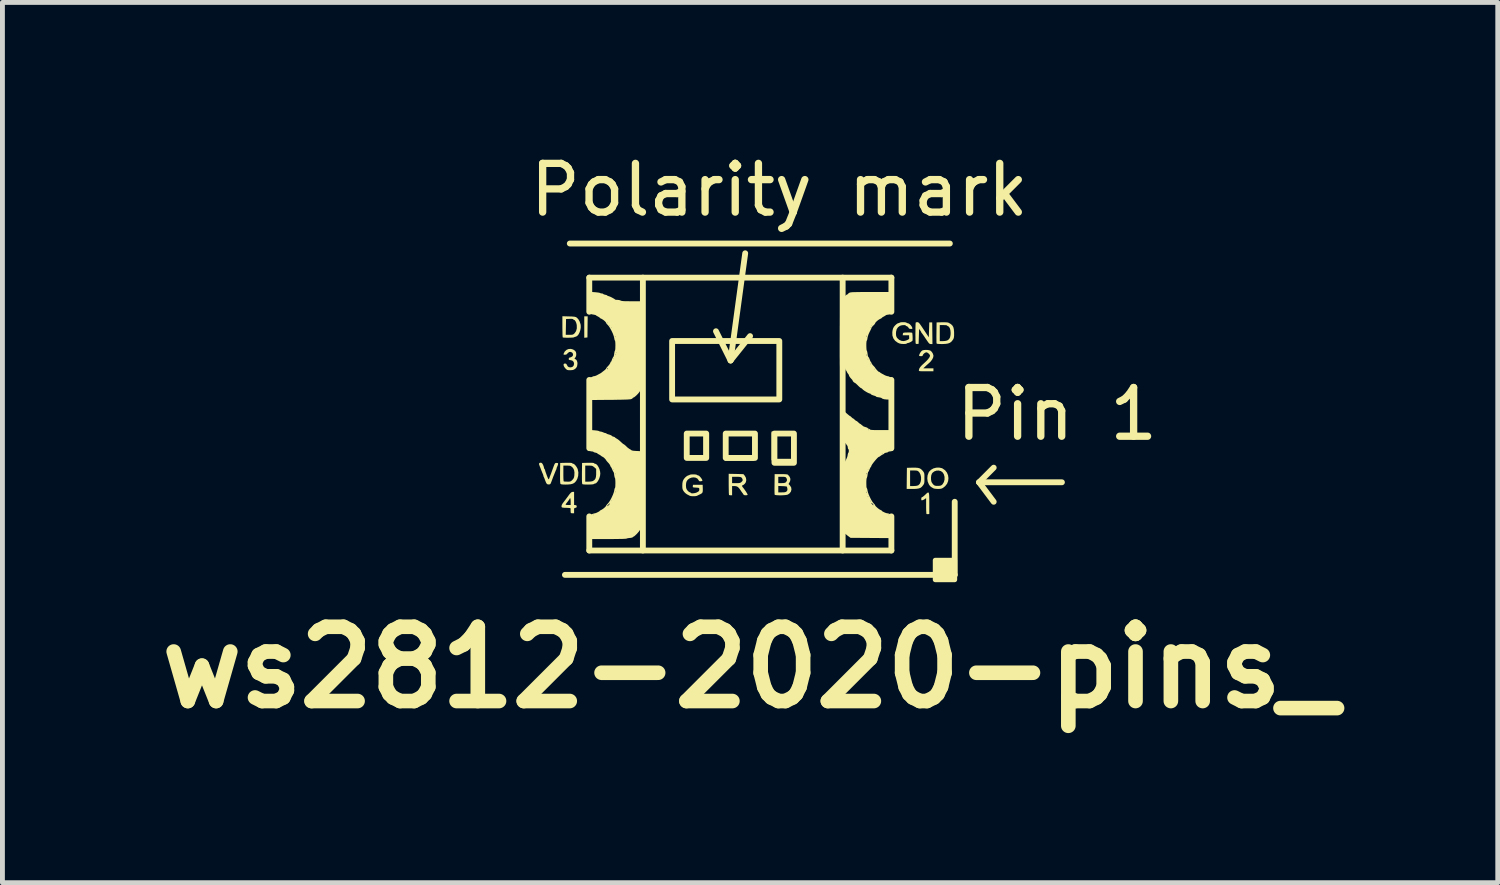
<source format=kicad_pcb>
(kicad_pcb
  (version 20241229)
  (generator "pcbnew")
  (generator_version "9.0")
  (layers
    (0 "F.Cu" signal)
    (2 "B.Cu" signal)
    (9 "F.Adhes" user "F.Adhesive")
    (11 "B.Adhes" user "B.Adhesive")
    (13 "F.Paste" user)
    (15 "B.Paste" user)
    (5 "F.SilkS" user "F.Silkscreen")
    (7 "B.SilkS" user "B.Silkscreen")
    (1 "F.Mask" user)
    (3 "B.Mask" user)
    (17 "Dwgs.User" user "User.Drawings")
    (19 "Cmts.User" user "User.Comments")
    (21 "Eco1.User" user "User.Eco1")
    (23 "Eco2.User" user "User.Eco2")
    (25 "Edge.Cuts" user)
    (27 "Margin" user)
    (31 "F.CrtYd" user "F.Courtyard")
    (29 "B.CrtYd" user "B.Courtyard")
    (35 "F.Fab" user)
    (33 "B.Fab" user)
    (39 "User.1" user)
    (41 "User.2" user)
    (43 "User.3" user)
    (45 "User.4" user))
  (footprint "ws2812-2020-pins_"
    (layer "F.Cu")
    (at 12.544 5.448)
    (property "Reference" "ws2812-2020-pins_" (at -0.2 5.2 0) (layer "F.SilkS") (effects (font (size 1.524 1.524) (thickness 0.3))))
    (attr through_hole)
    (fp_line (start -4 3.3) (end 4 3.3) (stroke (width 0.12) (type solid)) (layer "F.SilkS"))
    (fp_line (start -3.9 -3.5) (end 3.9 -3.5) (stroke (width 0.12) (type solid)) (layer "F.SilkS"))
    (fp_line (start -3.5 -2.8) (end 2.7 -2.8) (stroke (width 0.12) (type solid)) (layer "F.SilkS"))
    (fp_line (start -3.5 -2.1) (end -3.5 -2.8) (stroke (width 0.12) (type solid)) (layer "F.SilkS"))
    (fp_line (start -3.5 0.7) (end -3.5 -0.7) (stroke (width 0.12) (type solid)) (layer "F.SilkS"))
    (fp_line (start -3.5 2.8) (end -3.5 2.1) (stroke (width 0.12) (type solid)) (layer "F.SilkS"))
    (fp_line (start -2.4 -2.8) (end -2.4 2.8) (stroke (width 0.12) (type solid)) (layer "F.SilkS"))
    (fp_line (start -0.6 -1.1) (end -0.9 -1.7) (stroke (width 0.12) (type solid)) (layer "F.SilkS"))
    (fp_line (start -0.6 -1.1) (end -0.2 -1.6) (stroke (width 0.12) (type solid)) (layer "F.SilkS"))
    (fp_line (start -0.3 -3.3) (end -0.6 -1.1) (stroke (width 0.12) (type solid)) (layer "F.SilkS"))
    (fp_line (start 1.7 2.8) (end 1.7 -2.8) (stroke (width 0.12) (type solid)) (layer "F.SilkS"))
    (fp_line (start 2.7 -2.8) (end 2.7 -2.1) (stroke (width 0.12) (type solid)) (layer "F.SilkS"))
    (fp_line (start 2.7 -0.7) (end 2.7 0.7) (stroke (width 0.12) (type solid)) (layer "F.SilkS"))
    (fp_line (start 2.7 2.1) (end 2.7 2.8) (stroke (width 0.12) (type solid)) (layer "F.SilkS"))
    (fp_line (start 2.7 2.8) (end -3.5 2.8) (stroke (width 0.12) (type solid)) (layer "F.SilkS"))
    (fp_line (start 4 3.3) (end 4 1.8) (stroke (width 0.12) (type solid)) (layer "F.SilkS"))
    (fp_line (start 4.5 1.4) (end 4.8 1.1) (stroke (width 0.12) (type solid)) (layer "F.SilkS"))
    (fp_line (start 4.5 1.4) (end 4.8 1.8) (stroke (width 0.12) (type solid)) (layer "F.SilkS"))
    (fp_line (start 6.2 1.4) (end 4.5 1.4) (stroke (width 0.12) (type solid)) (layer "F.SilkS"))
    (fp_rect (start -1.8 -1.5) (end 0.4 -0.3) (stroke (width 0.12) (type solid)) (fill no) (layer "F.SilkS"))
    (fp_rect (start -1.5 0.4) (end -1.1 0.9) (stroke (width 0.12) (type solid)) (fill no) (layer "F.SilkS"))
    (fp_rect (start -0.7 0.4) (end -0.1 0.9) (stroke (width 0.12) (type solid)) (fill no) (layer "F.SilkS"))
    (fp_rect (start 0.3 0.4) (end 0.7 1) (stroke (width 0.12) (type solid)) (fill no) (layer "F.SilkS"))
    (fp_poly (pts (xy 4 3.4) (xy 3.6 3.4) (xy 3.6 3) (xy 4 3)) (stroke (width 0.1) (type solid)) (fill yes) (layer "F.SilkS"))
    (fp_poly (pts (xy -3.538 -1.572) (xy -3.57 -1.569) (xy -3.603 -1.566) (xy -3.603 -2.006) (xy -3.533 -2.006)) (stroke (width 0) (type solid)) (fill yes) (layer "F.SilkS"))
    (fp_poly (pts (xy -0.12 0.958) (xy -0.719 0.958) (xy -0.719 0.399) (xy -0.699 0.399) (xy -0.699 0.938) (xy -0.15 0.938) (xy -0.15 0.399) (xy -0.699 0.399) (xy -0.719 0.399) (xy -0.719 0.379) (xy -0.12 0.379)) (stroke (width 0) (type solid)) (fill yes) (layer "F.SilkS"))
    (fp_poly (pts (xy -1.133 0.394) (xy -1.13 0.661) (xy -1.127 0.928) (xy -1.507 0.928) (xy -1.507 0.419) (xy -1.477 0.419) (xy -1.477 0.908) (xy -1.158 0.908) (xy -1.158 0.419) (xy -1.477 0.419) (xy -1.507 0.419) (xy -1.507 0.389)) (stroke (width 0) (type solid)) (fill yes) (layer "F.SilkS"))
    (fp_poly (pts (xy 0.424 -1.522) (xy 0.424 -0.304) (xy -0.676 -0.302) (xy -1.777 -0.299) (xy -1.777 -0.329) (xy -1.757 -0.329) (xy 0.399 -0.329) (xy 0.399 -1.507) (xy -0.676 -1.505) (xy -1.752 -1.502) (xy -1.757 -0.329) (xy -1.777 -0.329) (xy -1.777 -1.527)) (stroke (width 0) (type solid)) (fill yes) (layer "F.SilkS"))
    (fp_poly (pts (xy 0.696 0.651) (xy 0.694 0.943) (xy 0.467 0.946) (xy 0.24 0.949) (xy 0.24 0.389) (xy 0.269 0.389) (xy 0.269 0.918) (xy 0.669 0.918) (xy 0.669 0.389) (xy 0.269 0.389) (xy 0.24 0.389) (xy 0.24 0.359) (xy 0.699 0.359)) (stroke (width 0) (type solid)) (fill yes) (layer "F.SilkS"))
    (fp_poly (pts (xy -2.433 0.045) (xy -2.43 0.059) (xy -2.427 0.085) (xy -2.426 0.126) (xy -2.425 0.183) (xy -2.425 0.219) (xy -2.425 0.284) (xy -2.426 0.331) (xy -2.428 0.364) (xy -2.43 0.385) (xy -2.434 0.395) (xy -2.439 0.399) (xy -2.44 0.399) (xy -2.446 0.397) (xy -2.45 0.388) (xy -2.452 0.371) (xy -2.454 0.342) (xy -2.454 0.299) (xy -2.453 0.239) (xy -2.453 0.223) (xy -2.451 0.154) (xy -2.449 0.104) (xy -2.446 0.07) (xy -2.443 0.05) (xy -2.438 0.042)) (stroke (width 0) (type solid)) (fill yes) (layer "F.SilkS"))
    (fp_poly (pts (xy 1.664 -0.798) (xy 1.668 -0.779) (xy 1.671 -0.744) (xy 1.673 -0.694) (xy 1.674 -0.625) (xy 1.675 -0.561) (xy 1.675 -0.515) (xy 1.674 -0.483) (xy 1.672 -0.463) (xy 1.668 -0.453) (xy 1.663 -0.449) (xy 1.662 -0.449) (xy 1.656 -0.452) (xy 1.652 -0.46) (xy 1.65 -0.478) (xy 1.648 -0.508) (xy 1.647 -0.552) (xy 1.647 -0.612) (xy 1.647 -0.63) (xy 1.647 -0.696) (xy 1.648 -0.745) (xy 1.65 -0.778) (xy 1.653 -0.798) (xy 1.657 -0.806) (xy 1.659 -0.806)) (stroke (width 0) (type solid)) (fill yes) (layer "F.SilkS"))
    (fp_poly (pts (xy -2.435 -0.387) (xy -2.431 -0.378) (xy -2.428 -0.359) (xy -2.426 -0.329) (xy -2.426 -0.285) (xy -2.425 -0.223) (xy -2.425 -0.205) (xy -2.425 -0.139) (xy -2.426 -0.09) (xy -2.428 -0.057) (xy -2.43 -0.035) (xy -2.434 -0.024) (xy -2.439 -0.02) (xy -2.44 -0.02) (xy -2.446 -0.022) (xy -2.449 -0.032) (xy -2.452 -0.05) (xy -2.454 -0.08) (xy -2.455 -0.125) (xy -2.455 -0.186) (xy -2.455 -0.205) (xy -2.455 -0.271) (xy -2.454 -0.319) (xy -2.453 -0.353) (xy -2.45 -0.374) (xy -2.447 -0.385) (xy -2.442 -0.389) (xy -2.44 -0.389)) (stroke (width 0) (type solid)) (fill yes) (layer "F.SilkS"))
    (fp_poly (pts (xy 3.464 1.613) (xy 3.471 1.63) (xy 3.475 1.661) (xy 3.477 1.708) (xy 3.478 1.772) (xy 3.478 1.832) (xy 3.478 2.051) (xy 3.453 2.054) (xy 3.431 2.054) (xy 3.42 2.05) (xy 3.418 2.038) (xy 3.416 2.009) (xy 3.414 1.968) (xy 3.413 1.918) (xy 3.413 1.884) (xy 3.413 1.725) (xy 3.384 1.746) (xy 3.359 1.76) (xy 3.335 1.769) (xy 3.318 1.769) (xy 3.314 1.764) (xy 3.314 1.727) (xy 3.321 1.709) (xy 3.328 1.707) (xy 3.342 1.7) (xy 3.364 1.683) (xy 3.392 1.658) (xy 3.394 1.656) (xy 3.419 1.632) (xy 3.439 1.615) (xy 3.454 1.609)) (stroke (width 0) (type solid)) (fill yes) (layer "F.SilkS"))
    (fp_poly (pts (xy 3.245 -1.885) (xy 3.256 -1.879) (xy 3.269 -1.868) (xy 3.286 -1.847) (xy 3.308 -1.816) (xy 3.338 -1.772) (xy 3.365 -1.731) (xy 3.468 -1.576) (xy 3.478 -1.881) (xy 3.538 -1.881) (xy 3.543 -1.437) (xy 3.51 -1.437) (xy 3.496 -1.438) (xy 3.484 -1.443) (xy 3.471 -1.454) (xy 3.454 -1.475) (xy 3.432 -1.507) (xy 3.403 -1.549) (xy 3.375 -1.591) (xy 3.351 -1.626) (xy 3.332 -1.652) (xy 3.322 -1.664) (xy 3.321 -1.665) (xy 3.314 -1.676) (xy 3.313 -1.678) (xy 3.308 -1.692) (xy 3.294 -1.713) (xy 3.291 -1.718) (xy 3.269 -1.748) (xy 3.259 -1.442) (xy 3.232 -1.439) (xy 3.21 -1.44) (xy 3.199 -1.447) (xy 3.197 -1.459) (xy 3.196 -1.489) (xy 3.194 -1.53) (xy 3.194 -1.581) (xy 3.193 -1.637) (xy 3.194 -1.695) (xy 3.194 -1.75) (xy 3.195 -1.8) (xy 3.196 -1.84) (xy 3.198 -1.867) (xy 3.199 -1.878) (xy 3.212 -1.884) (xy 3.234 -1.886)) (stroke (width 0) (type solid)) (fill yes) (layer "F.SilkS"))
    (fp_poly (pts (xy 3.243 1.104) (xy 3.279 1.113) (xy 3.307 1.129) (xy 3.333 1.154) (xy 3.348 1.171) (xy 3.361 1.189) (xy 3.37 1.205) (xy 3.375 1.224) (xy 3.378 1.251) (xy 3.378 1.29) (xy 3.378 1.316) (xy 3.378 1.364) (xy 3.377 1.397) (xy 3.373 1.42) (xy 3.366 1.438) (xy 3.354 1.456) (xy 3.348 1.464) (xy 3.325 1.492) (xy 3.299 1.513) (xy 3.266 1.526) (xy 3.222 1.533) (xy 3.165 1.537) (xy 3.128 1.537) (xy 3.014 1.537) (xy 3.016 1.32) (xy 3.018 1.158) (xy 3.084 1.158) (xy 3.084 1.477) (xy 3.155 1.477) (xy 3.207 1.474) (xy 3.244 1.465) (xy 3.254 1.46) (xy 3.282 1.433) (xy 3.3 1.393) (xy 3.309 1.345) (xy 3.309 1.294) (xy 3.298 1.245) (xy 3.278 1.203) (xy 3.264 1.186) (xy 3.247 1.171) (xy 3.231 1.163) (xy 3.208 1.159) (xy 3.174 1.158) (xy 3.16 1.158) (xy 3.084 1.158) (xy 3.018 1.158) (xy 3.019 1.103) (xy 3.134 1.1) (xy 3.196 1.1)) (stroke (width 0) (type solid)) (fill yes) (layer "F.SilkS"))
    (fp_poly (pts (xy 3.848 -1.881) (xy 3.872 -1.875) (xy 3.918 -1.848) (xy 3.95 -1.82) (xy 3.971 -1.785) (xy 3.982 -1.741) (xy 3.987 -1.682) (xy 3.987 -1.657) (xy 3.987 -1.611) (xy 3.984 -1.579) (xy 3.979 -1.556) (xy 3.97 -1.536) (xy 3.961 -1.522) (xy 3.934 -1.488) (xy 3.902 -1.463) (xy 3.861 -1.448) (xy 3.809 -1.44) (xy 3.741 -1.437) (xy 3.688 -1.438) (xy 3.653 -1.44) (xy 3.634 -1.445) (xy 3.627 -1.45) (xy 3.626 -1.463) (xy 3.625 -1.494) (xy 3.625 -1.537) (xy 3.624 -1.592) (xy 3.625 -1.653) (xy 3.625 -1.672) (xy 3.627 -1.826) (xy 3.693 -1.826) (xy 3.693 -1.497) (xy 3.756 -1.497) (xy 3.801 -1.5) (xy 3.839 -1.508) (xy 3.851 -1.513) (xy 3.883 -1.537) (xy 3.904 -1.573) (xy 3.914 -1.623) (xy 3.916 -1.662) (xy 3.912 -1.717) (xy 3.9 -1.761) (xy 3.881 -1.792) (xy 3.862 -1.804) (xy 3.846 -1.812) (xy 3.842 -1.818) (xy 3.833 -1.822) (xy 3.809 -1.825) (xy 3.775 -1.826) (xy 3.768 -1.826) (xy 3.693 -1.826) (xy 3.627 -1.826) (xy 3.628 -1.881) (xy 3.738 -1.884) (xy 3.802 -1.884)) (stroke (width 0) (type solid)) (fill yes) (layer "F.SilkS"))
    (fp_poly (pts (xy 3.451 -1.315) (xy 3.488 -1.307) (xy 3.503 -1.301) (xy 3.53 -1.275) (xy 3.552 -1.239) (xy 3.563 -1.2) (xy 3.563 -1.193) (xy 3.556 -1.158) (xy 3.536 -1.119) (xy 3.508 -1.081) (xy 3.485 -1.058) (xy 3.457 -1.033) (xy 3.423 -1.003) (xy 3.401 -0.982) (xy 3.354 -0.938) (xy 3.563 -0.938) (xy 3.563 -0.878) (xy 3.413 -0.878) (xy 3.356 -0.878) (xy 3.315 -0.879) (xy 3.289 -0.88) (xy 3.274 -0.883) (xy 3.266 -0.888) (xy 3.264 -0.895) (xy 3.264 -0.901) (xy 3.272 -0.932) (xy 3.293 -0.966) (xy 3.33 -1.007) (xy 3.37 -1.043) (xy 3.416 -1.086) (xy 3.454 -1.127) (xy 3.48 -1.163) (xy 3.492 -1.191) (xy 3.493 -1.198) (xy 3.485 -1.219) (xy 3.465 -1.242) (xy 3.441 -1.26) (xy 3.418 -1.268) (xy 3.418 -1.268) (xy 3.396 -1.261) (xy 3.371 -1.244) (xy 3.351 -1.222) (xy 3.343 -1.203) (xy 3.336 -1.192) (xy 3.313 -1.188) (xy 3.309 -1.188) (xy 3.285 -1.19) (xy 3.27 -1.195) (xy 3.269 -1.196) (xy 3.27 -1.212) (xy 3.28 -1.236) (xy 3.296 -1.264) (xy 3.314 -1.288) (xy 3.332 -1.304) (xy 3.333 -1.305) (xy 3.365 -1.314) (xy 3.407 -1.317)) (stroke (width 0) (type solid)) (fill yes) (layer "F.SilkS"))
    (fp_poly (pts (xy -3.428 1.001) (xy -3.407 1.005) (xy -3.403 1.008) (xy -3.395 1.016) (xy -3.385 1.018) (xy -3.359 1.027) (xy -3.333 1.052) (xy -3.31 1.089) (xy -3.29 1.133) (xy -3.278 1.181) (xy -3.274 1.223) (xy -3.279 1.266) (xy -3.292 1.312) (xy -3.311 1.355) (xy -3.334 1.391) (xy -3.359 1.417) (xy -3.383 1.427) (xy -3.385 1.427) (xy -3.403 1.432) (xy -3.408 1.437) (xy -3.42 1.441) (xy -3.447 1.444) (xy -3.484 1.446) (xy -3.526 1.447) (xy -3.567 1.446) (xy -3.604 1.445) (xy -3.63 1.442) (xy -3.641 1.439) (xy -3.645 1.431) (xy -3.648 1.414) (xy -3.65 1.384) (xy -3.651 1.341) (xy -3.651 1.281) (xy -3.651 1.217) (xy -3.649 1.058) (xy -3.583 1.058) (xy -3.583 1.387) (xy -3.518 1.387) (xy -3.476 1.385) (xy -3.44 1.379) (xy -3.424 1.373) (xy -3.395 1.353) (xy -3.375 1.327) (xy -3.364 1.292) (xy -3.359 1.242) (xy -3.359 1.214) (xy -3.359 1.125) (xy -3.398 1.091) (xy -3.42 1.074) (xy -3.439 1.064) (xy -3.462 1.059) (xy -3.496 1.058) (xy -3.51 1.058) (xy -3.583 1.058) (xy -3.649 1.058) (xy -3.648 1.003) (xy -3.526 1) (xy -3.468 1)) (stroke (width 0) (type solid)) (fill yes) (layer "F.SilkS"))
    (fp_poly (pts (xy 3.736 1.11) (xy 3.752 1.118) (xy 3.803 1.154) (xy 3.84 1.201) (xy 3.863 1.256) (xy 3.871 1.315) (xy 3.865 1.374) (xy 3.843 1.43) (xy 3.805 1.478) (xy 3.801 1.482) (xy 3.773 1.505) (xy 3.747 1.522) (xy 3.736 1.527) (xy 3.707 1.534) (xy 3.666 1.537) (xy 3.624 1.535) (xy 3.586 1.531) (xy 3.563 1.524) (xy 3.524 1.502) (xy 3.498 1.482) (xy 3.479 1.458) (xy 3.469 1.442) (xy 3.445 1.385) (xy 3.437 1.321) (xy 3.439 1.299) (xy 3.513 1.299) (xy 3.514 1.345) (xy 3.521 1.385) (xy 3.531 1.408) (xy 3.557 1.443) (xy 3.582 1.464) (xy 3.612 1.473) (xy 3.653 1.474) (xy 3.665 1.474) (xy 3.7 1.471) (xy 3.723 1.463) (xy 3.742 1.449) (xy 3.752 1.438) (xy 3.778 1.395) (xy 3.791 1.343) (xy 3.791 1.289) (xy 3.777 1.237) (xy 3.753 1.198) (xy 3.717 1.171) (xy 3.673 1.159) (xy 3.626 1.161) (xy 3.582 1.176) (xy 3.545 1.204) (xy 3.532 1.222) (xy 3.519 1.255) (xy 3.513 1.299) (xy 3.439 1.299) (xy 3.443 1.258) (xy 3.464 1.2) (xy 3.474 1.183) (xy 3.513 1.144) (xy 3.563 1.115) (xy 3.621 1.1) (xy 3.68 1.098)) (stroke (width 0) (type solid)) (fill yes) (layer "F.SilkS"))
    (fp_poly (pts (xy -3.92 -2.004) (xy -3.865 -2.003) (xy -3.826 -2) (xy -3.799 -1.997) (xy -3.779 -1.992) (xy -3.764 -1.984) (xy -3.755 -1.978) (xy -3.724 -1.945) (xy -3.698 -1.899) (xy -3.68 -1.845) (xy -3.676 -1.823) (xy -3.675 -1.773) (xy -3.684 -1.723) (xy -3.7 -1.675) (xy -3.721 -1.634) (xy -3.747 -1.604) (xy -3.775 -1.588) (xy -3.784 -1.587) (xy -3.803 -1.582) (xy -3.808 -1.577) (xy -3.819 -1.573) (xy -3.846 -1.57) (xy -3.883 -1.568) (xy -3.925 -1.567) (xy -3.967 -1.567) (xy -4.004 -1.568) (xy -4.032 -1.57) (xy -4.045 -1.574) (xy -4.045 -1.574) (xy -4.047 -1.585) (xy -4.049 -1.614) (xy -4.05 -1.627) (xy -3.983 -1.627) (xy -3.908 -1.627) (xy -3.869 -1.627) (xy -3.844 -1.63) (xy -3.826 -1.637) (xy -3.809 -1.651) (xy -3.799 -1.661) (xy -3.771 -1.703) (xy -3.756 -1.758) (xy -3.757 -1.823) (xy -3.759 -1.838) (xy -3.769 -1.875) (xy -3.784 -1.907) (xy -3.802 -1.929) (xy -3.818 -1.936) (xy -3.831 -1.942) (xy -3.832 -1.947) (xy -3.842 -1.952) (xy -3.869 -1.955) (xy -3.905 -1.954) (xy -3.977 -1.951) (xy -3.98 -1.789) (xy -3.983 -1.627) (xy -4.05 -1.627) (xy -4.05 -1.656) (xy -4.051 -1.709) (xy -4.052 -1.771) (xy -4.052 -1.794) (xy -4.052 -2.008)) (stroke (width 0) (type solid)) (fill yes) (layer "F.SilkS"))
    (fp_poly (pts (xy -3.878 1.001) (xy -3.856 1.005) (xy -3.852 1.008) (xy -3.844 1.016) (xy -3.833 1.018) (xy -3.813 1.026) (xy -3.789 1.048) (xy -3.765 1.079) (xy -3.745 1.113) (xy -3.737 1.133) (xy -3.724 1.199) (xy -3.728 1.269) (xy -3.746 1.33) (xy -3.77 1.373) (xy -3.798 1.405) (xy -3.833 1.427) (xy -3.879 1.44) (xy -3.94 1.446) (xy -3.983 1.447) (xy -4.034 1.446) (xy -4.067 1.443) (xy -4.086 1.437) (xy -4.091 1.433) (xy -4.095 1.42) (xy -4.098 1.391) (xy -4.1 1.344) (xy -4.1 1.28) (xy -4.1 1.211) (xy -4.098 1.058) (xy -4.032 1.058) (xy -4.032 1.216) (xy -4.032 1.27) (xy -4.031 1.317) (xy -4.029 1.354) (xy -4.027 1.376) (xy -4.025 1.381) (xy -4.013 1.384) (xy -3.986 1.386) (xy -3.951 1.387) (xy -3.914 1.387) (xy -3.89 1.383) (xy -3.872 1.374) (xy -3.853 1.357) (xy -3.849 1.353) (xy -3.826 1.326) (xy -3.813 1.297) (xy -3.807 1.264) (xy -3.804 1.199) (xy -3.812 1.149) (xy -3.833 1.108) (xy -3.85 1.09) (xy -3.869 1.074) (xy -3.887 1.064) (xy -3.91 1.059) (xy -3.943 1.058) (xy -3.958 1.058) (xy -4.032 1.058) (xy -4.098 1.058) (xy -4.097 1.003) (xy -3.975 1) (xy -3.917 1)) (stroke (width 0) (type solid)) (fill yes) (layer "F.SilkS"))
    (fp_poly (pts (xy -3.812 1.865) (xy -3.785 1.868) (xy -3.764 1.875) (xy -3.758 1.891) (xy -3.758 1.896) (xy -3.762 1.915) (xy -3.779 1.924) (xy -3.785 1.924) (xy -3.801 1.928) (xy -3.809 1.936) (xy -3.812 1.954) (xy -3.812 1.982) (xy -3.812 2.036) (xy -3.847 2.036) (xy -3.871 2.034) (xy -3.881 2.025) (xy -3.883 2.004) (xy -3.883 2.004) (xy -3.884 1.973) (xy -3.883 1.949) (xy -3.883 1.939) (xy -3.888 1.932) (xy -3.902 1.928) (xy -3.929 1.926) (xy -3.971 1.924) (xy -3.974 1.924) (xy -4.017 1.923) (xy -4.045 1.92) (xy -4.06 1.916) (xy -4.067 1.909) (xy -4.07 1.898) (xy -4.07 1.894) (xy -4.066 1.869) (xy -4.062 1.861) (xy -3.984 1.861) (xy -3.97 1.865) (xy -3.938 1.866) (xy -3.882 1.866) (xy -3.882 1.796) (xy -3.884 1.761) (xy -3.887 1.736) (xy -3.892 1.727) (xy -3.892 1.727) (xy -3.902 1.733) (xy -3.902 1.735) (xy -3.908 1.748) (xy -3.925 1.773) (xy -3.951 1.807) (xy -3.97 1.831) (xy -3.984 1.85) (xy -3.984 1.861) (xy -4.062 1.861) (xy -4.049 1.837) (xy -4.035 1.818) (xy -4.012 1.788) (xy -3.982 1.748) (xy -3.95 1.705) (xy -3.933 1.682) (xy -3.904 1.643) (xy -3.882 1.618) (xy -3.865 1.604) (xy -3.851 1.598) (xy -3.841 1.597) (xy -3.812 1.597)) (stroke (width 0) (type solid)) (fill yes) (layer "F.SilkS"))
    (fp_poly (pts (xy -0.488 1.229) (xy -0.337 1.233) (xy -0.308 1.267) (xy -0.285 1.309) (xy -0.278 1.354) (xy -0.287 1.398) (xy -0.306 1.427) (xy -0.326 1.446) (xy -0.342 1.457) (xy -0.345 1.457) (xy -0.362 1.464) (xy -0.364 1.48) (xy -0.352 1.5) (xy -0.334 1.522) (xy -0.312 1.552) (xy -0.289 1.585) (xy -0.269 1.617) (xy -0.255 1.642) (xy -0.25 1.655) (xy -0.25 1.655) (xy -0.258 1.663) (xy -0.282 1.667) (xy -0.289 1.667) (xy -0.318 1.664) (xy -0.335 1.653) (xy -0.34 1.644) (xy -0.352 1.625) (xy -0.358 1.617) (xy -0.367 1.606) (xy -0.382 1.584) (xy -0.393 1.567) (xy -0.424 1.524) (xy -0.451 1.496) (xy -0.481 1.482) (xy -0.516 1.477) (xy -0.521 1.477) (xy -0.569 1.477) (xy -0.569 1.667) (xy -0.597 1.667) (xy -0.62 1.665) (xy -0.632 1.66) (xy -0.634 1.649) (xy -0.636 1.62) (xy -0.637 1.578) (xy -0.638 1.524) (xy -0.639 1.463) (xy -0.639 1.44) (xy -0.639 1.417) (xy -0.569 1.417) (xy -0.486 1.417) (xy -0.443 1.417) (xy -0.415 1.414) (xy -0.397 1.408) (xy -0.381 1.398) (xy -0.376 1.393) (xy -0.356 1.371) (xy -0.351 1.352) (xy -0.359 1.328) (xy -0.361 1.324) (xy -0.371 1.308) (xy -0.384 1.297) (xy -0.403 1.291) (xy -0.434 1.288) (xy -0.48 1.288) (xy -0.482 1.288) (xy -0.569 1.287) (xy -0.569 1.417) (xy -0.639 1.417) (xy -0.639 1.226)) (stroke (width 0) (type solid)) (fill yes) (layer "F.SilkS"))
    (fp_poly (pts (xy -3.831 -1.325) (xy -3.788 -1.294) (xy -3.787 -1.293) (xy -3.773 -1.268) (xy -3.767 -1.233) (xy -3.77 -1.197) (xy -3.781 -1.169) (xy -3.785 -1.164) (xy -3.8 -1.144) (xy -3.8 -1.131) (xy -3.791 -1.128) (xy -3.771 -1.119) (xy -3.754 -1.094) (xy -3.744 -1.058) (xy -3.743 -1.033) (xy -3.75 -0.982) (xy -3.772 -0.943) (xy -3.812 -0.914) (xy -3.813 -0.913) (xy -3.842 -0.904) (xy -3.881 -0.9) (xy -3.92 -0.9) (xy -3.951 -0.905) (xy -3.952 -0.906) (xy -3.975 -0.921) (xy -3.999 -0.947) (xy -4.018 -0.976) (xy -4.023 -0.986) (xy -4.029 -1.016) (xy -4.019 -1.033) (xy -3.997 -1.038) (xy -3.976 -1.033) (xy -3.962 -1.015) (xy -3.957 -1.004) (xy -3.94 -0.976) (xy -3.917 -0.962) (xy -3.883 -0.958) (xy -3.848 -0.967) (xy -3.823 -0.991) (xy -3.813 -1.026) (xy -3.812 -1.033) (xy -3.821 -1.07) (xy -3.845 -1.095) (xy -3.881 -1.107) (xy -3.89 -1.107) (xy -3.912 -1.11) (xy -3.921 -1.12) (xy -3.922 -1.133) (xy -3.917 -1.153) (xy -3.907 -1.158) (xy -3.884 -1.164) (xy -3.858 -1.177) (xy -3.84 -1.193) (xy -3.833 -1.217) (xy -3.839 -1.245) (xy -3.851 -1.261) (xy -3.88 -1.276) (xy -3.912 -1.274) (xy -3.94 -1.253) (xy -3.944 -1.248) (xy -3.966 -1.225) (xy -3.992 -1.218) (xy -4 -1.218) (xy -4.022 -1.219) (xy -4.029 -1.226) (xy -4.026 -1.24) (xy -4.003 -1.285) (xy -3.968 -1.317) (xy -3.925 -1.335) (xy -3.878 -1.338)) (stroke (width 0) (type solid)) (fill yes) (layer "F.SilkS"))
    (fp_poly (pts (xy 0.492 1.233) (xy 0.532 1.235) (xy 0.558 1.238) (xy 0.574 1.243) (xy 0.58 1.248) (xy 0.614 1.291) (xy 0.628 1.332) (xy 0.622 1.374) (xy 0.609 1.402) (xy 0.589 1.435) (xy 0.619 1.467) (xy 0.643 1.505) (xy 0.649 1.547) (xy 0.639 1.589) (xy 0.613 1.625) (xy 0.577 1.651) (xy 0.554 1.658) (xy 0.519 1.663) (xy 0.476 1.666) (xy 0.43 1.668) (xy 0.386 1.667) (xy 0.347 1.665) (xy 0.318 1.661) (xy 0.304 1.655) (xy 0.304 1.654) (xy 0.303 1.641) (xy 0.302 1.61) (xy 0.302 1.607) (xy 0.379 1.607) (xy 0.454 1.607) (xy 0.495 1.606) (xy 0.521 1.602) (xy 0.539 1.595) (xy 0.55 1.586) (xy 0.565 1.565) (xy 0.567 1.538) (xy 0.565 1.53) (xy 0.56 1.505) (xy 0.554 1.489) (xy 0.554 1.488) (xy 0.541 1.485) (xy 0.514 1.482) (xy 0.477 1.479) (xy 0.463 1.479) (xy 0.379 1.475) (xy 0.379 1.607) (xy 0.302 1.607) (xy 0.301 1.566) (xy 0.301 1.512) (xy 0.302 1.451) (xy 0.302 1.437) (xy 0.304 1.287) (xy 0.379 1.287) (xy 0.379 1.417) (xy 0.447 1.417) (xy 0.487 1.416) (xy 0.513 1.411) (xy 0.532 1.402) (xy 0.537 1.397) (xy 0.556 1.368) (xy 0.556 1.335) (xy 0.543 1.31) (xy 0.533 1.298) (xy 0.518 1.291) (xy 0.495 1.288) (xy 0.456 1.287) (xy 0.454 1.287) (xy 0.379 1.287) (xy 0.304 1.287) (xy 0.304 1.233) (xy 0.435 1.233)) (stroke (width 0) (type solid)) (fill yes) (layer "F.SilkS"))
    (fp_poly (pts (xy -4.48 1.001) (xy -4.465 1.015) (xy -4.451 1.038) (xy -4.439 1.067) (xy -4.432 1.091) (xy -4.431 1.097) (xy -4.427 1.116) (xy -4.422 1.122) (xy -4.413 1.135) (xy -4.408 1.15) (xy -4.4 1.181) (xy -4.387 1.217) (xy -4.373 1.256) (xy -4.359 1.292) (xy -4.347 1.32) (xy -4.338 1.336) (xy -4.335 1.338) (xy -4.326 1.329) (xy -4.318 1.31) (xy -4.309 1.282) (xy -4.301 1.263) (xy -4.293 1.242) (xy -4.281 1.211) (xy -4.273 1.188) (xy -4.25 1.125) (xy -4.233 1.078) (xy -4.22 1.045) (xy -4.21 1.023) (xy -4.201 1.011) (xy -4.192 1.005) (xy -4.181 1.003) (xy -4.171 1.003) (xy -4.148 1.005) (xy -4.14 1.013) (xy -4.14 1.026) (xy -4.147 1.051) (xy -4.157 1.075) (xy -4.168 1.099) (xy -4.172 1.115) (xy -4.176 1.134) (xy -4.181 1.145) (xy -4.19 1.163) (xy -4.202 1.193) (xy -4.217 1.23) (xy -4.22 1.238) (xy -4.239 1.284) (xy -4.251 1.317) (xy -4.26 1.341) (xy -4.267 1.36) (xy -4.274 1.379) (xy -4.281 1.397) (xy -4.292 1.425) (xy -4.305 1.439) (xy -4.324 1.445) (xy -4.327 1.445) (xy -4.359 1.441) (xy -4.373 1.43) (xy -4.385 1.411) (xy -4.398 1.38) (xy -4.407 1.357) (xy -4.418 1.326) (xy -4.428 1.302) (xy -4.433 1.293) (xy -4.441 1.275) (xy -4.441 1.268) (xy -4.446 1.248) (xy -4.454 1.228) (xy -4.465 1.203) (xy -4.478 1.17) (xy -4.485 1.153) (xy -4.498 1.117) (xy -4.512 1.083) (xy -4.517 1.071) (xy -4.53 1.034) (xy -4.53 1.011) (xy -4.515 1) (xy -4.501 0.998)) (stroke (width 0) (type solid)) (fill yes) (layer "F.SilkS"))
    (fp_poly (pts (xy 2.973 -1.885) (xy 2.998 -1.881) (xy 3.009 -1.876) (xy 3.023 -1.867) (xy 3.031 -1.866) (xy 3.055 -1.859) (xy 3.083 -1.839) (xy 3.107 -1.812) (xy 3.118 -1.795) (xy 3.13 -1.767) (xy 3.131 -1.753) (xy 3.118 -1.747) (xy 3.099 -1.747) (xy 3.072 -1.75) (xy 3.057 -1.763) (xy 3.052 -1.772) (xy 3.035 -1.793) (xy 3.017 -1.803) (xy 2.999 -1.81) (xy 2.994 -1.818) (xy 2.985 -1.824) (xy 2.963 -1.826) (xy 2.934 -1.825) (xy 2.904 -1.82) (xy 2.879 -1.812) (xy 2.877 -1.812) (xy 2.836 -1.782) (xy 2.809 -1.742) (xy 2.796 -1.688) (xy 2.794 -1.655) (xy 2.796 -1.616) (xy 2.803 -1.589) (xy 2.816 -1.565) (xy 2.819 -1.561) (xy 2.86 -1.523) (xy 2.91 -1.502) (xy 2.948 -1.498) (xy 2.975 -1.502) (xy 3.006 -1.511) (xy 3.035 -1.524) (xy 3.057 -1.537) (xy 3.066 -1.548) (xy 3.066 -1.549) (xy 3.065 -1.564) (xy 3.064 -1.587) (xy 3.064 -1.617) (xy 2.933 -1.617) (xy 2.936 -1.644) (xy 2.938 -1.657) (xy 2.944 -1.666) (xy 2.956 -1.67) (xy 2.981 -1.673) (xy 3.02 -1.674) (xy 3.028 -1.675) (xy 3.069 -1.675) (xy 3.102 -1.673) (xy 3.122 -1.67) (xy 3.126 -1.669) (xy 3.13 -1.656) (xy 3.133 -1.628) (xy 3.135 -1.592) (xy 3.136 -1.553) (xy 3.135 -1.517) (xy 3.135 -1.511) (xy 3.126 -1.499) (xy 3.104 -1.484) (xy 3.077 -1.47) (xy 3.05 -1.46) (xy 3.034 -1.457) (xy 3.018 -1.453) (xy 3.014 -1.447) (xy 3.005 -1.442) (xy 2.98 -1.439) (xy 2.947 -1.438) (xy 2.9 -1.441) (xy 2.863 -1.45) (xy 2.83 -1.465) (xy 2.777 -1.504) (xy 2.741 -1.553) (xy 2.721 -1.612) (xy 2.719 -1.681) (xy 2.725 -1.722) (xy 2.736 -1.761) (xy 2.753 -1.792) (xy 2.78 -1.823) (xy 2.806 -1.846) (xy 2.83 -1.862) (xy 2.844 -1.866) (xy 2.863 -1.871) (xy 2.869 -1.876) (xy 2.882 -1.881) (xy 2.908 -1.885) (xy 2.939 -1.886)) (stroke (width 0) (type solid)) (fill yes) (layer "F.SilkS"))
    (fp_poly (pts (xy -1.332 1.239) (xy -1.305 1.242) (xy -1.293 1.247) (xy -1.292 1.248) (xy -1.278 1.256) (xy -1.269 1.258) (xy -1.25 1.265) (xy -1.228 1.285) (xy -1.205 1.312) (xy -1.187 1.34) (xy -1.178 1.363) (xy -1.178 1.366) (xy -1.186 1.373) (xy -1.208 1.379) (xy -1.211 1.379) (xy -1.236 1.379) (xy -1.25 1.369) (xy -1.257 1.356) (xy -1.28 1.325) (xy -1.315 1.306) (xy -1.356 1.299) (xy -1.4 1.304) (xy -1.442 1.32) (xy -1.478 1.346) (xy -1.501 1.378) (xy -1.512 1.414) (xy -1.516 1.459) (xy -1.514 1.503) (xy -1.505 1.538) (xy -1.503 1.541) (xy -1.485 1.568) (xy -1.461 1.592) (xy -1.439 1.605) (xy -1.431 1.607) (xy -1.418 1.613) (xy -1.417 1.617) (xy -1.409 1.624) (xy -1.386 1.627) (xy -1.356 1.625) (xy -1.323 1.619) (xy -1.294 1.609) (xy -1.291 1.607) (xy -1.261 1.59) (xy -1.246 1.573) (xy -1.242 1.549) (xy -1.242 1.537) (xy -1.245 1.524) (xy -1.252 1.516) (xy -1.269 1.512) (xy -1.301 1.51) (xy -1.311 1.509) (xy -1.347 1.507) (xy -1.367 1.504) (xy -1.375 1.498) (xy -1.376 1.486) (xy -1.375 1.479) (xy -1.372 1.452) (xy -1.173 1.452) (xy -1.171 1.517) (xy -1.17 1.564) (xy -1.173 1.595) (xy -1.181 1.616) (xy -1.197 1.631) (xy -1.222 1.645) (xy -1.225 1.646) (xy -1.256 1.661) (xy -1.281 1.673) (xy -1.29 1.678) (xy -1.311 1.683) (xy -1.344 1.686) (xy -1.381 1.686) (xy -1.414 1.683) (xy -1.436 1.678) (xy -1.437 1.677) (xy -1.455 1.668) (xy -1.482 1.654) (xy -1.492 1.649) (xy -1.522 1.628) (xy -1.552 1.599) (xy -1.561 1.586) (xy -1.577 1.561) (xy -1.586 1.538) (xy -1.59 1.51) (xy -1.591 1.469) (xy -1.591 1.468) (xy -1.589 1.42) (xy -1.583 1.385) (xy -1.571 1.354) (xy -1.57 1.352) (xy -1.549 1.321) (xy -1.522 1.292) (xy -1.493 1.27) (xy -1.469 1.258) (xy -1.463 1.258) (xy -1.446 1.252) (xy -1.442 1.248) (xy -1.43 1.243) (xy -1.403 1.239) (xy -1.368 1.238) (xy -1.367 1.238)) (stroke (width 0) (type solid)) (fill yes) (layer "F.SilkS"))
    (fp_poly (pts (xy 2.735 -2.445) (xy 2.735 -2.348) (xy 2.734 -2.269) (xy 2.734 -2.207) (xy 2.733 -2.159) (xy 2.732 -2.123) (xy 2.731 -2.098) (xy 2.729 -2.081) (xy 2.726 -2.072) (xy 2.722 -2.067) (xy 2.717 -2.066) (xy 2.715 -2.066) (xy 2.698 -2.062) (xy 2.695 -2.057) (xy 2.686 -2.051) (xy 2.662 -2.045) (xy 2.64 -2.041) (xy 2.61 -2.037) (xy 2.59 -2.031) (xy 2.585 -2.028) (xy 2.577 -2.02) (xy 2.556 -2.008) (xy 2.545 -2.002) (xy 2.521 -1.989) (xy 2.507 -1.978) (xy 2.505 -1.976) (xy 2.497 -1.967) (xy 2.488 -1.962) (xy 2.457 -1.947) (xy 2.425 -1.926) (xy 2.396 -1.901) (xy 2.374 -1.878) (xy 2.366 -1.86) (xy 2.366 -1.86) (xy 2.358 -1.847) (xy 2.341 -1.827) (xy 2.33 -1.818) (xy 2.31 -1.797) (xy 2.297 -1.781) (xy 2.295 -1.777) (xy 2.291 -1.764) (xy 2.279 -1.738) (xy 2.263 -1.704) (xy 2.256 -1.692) (xy 2.23 -1.635) (xy 2.214 -1.583) (xy 2.21 -1.562) (xy 2.205 -1.532) (xy 2.199 -1.512) (xy 2.195 -1.507) (xy 2.191 -1.498) (xy 2.188 -1.474) (xy 2.186 -1.44) (xy 2.186 -1.402) (xy 2.187 -1.364) (xy 2.189 -1.331) (xy 2.192 -1.309) (xy 2.195 -1.303) (xy 2.201 -1.291) (xy 2.207 -1.265) (xy 2.211 -1.238) (xy 2.215 -1.206) (xy 2.22 -1.184) (xy 2.224 -1.178) (xy 2.232 -1.169) (xy 2.243 -1.149) (xy 2.254 -1.124) (xy 2.263 -1.101) (xy 2.266 -1.088) (xy 2.272 -1.078) (xy 2.274 -1.078) (xy 2.283 -1.069) (xy 2.29 -1.051) (xy 2.301 -1.028) (xy 2.322 -1.001) (xy 2.331 -0.992) (xy 2.351 -0.971) (xy 2.364 -0.956) (xy 2.365 -0.953) (xy 2.371 -0.942) (xy 2.386 -0.924) (xy 2.404 -0.902) (xy 2.423 -0.883) (xy 2.437 -0.87) (xy 2.442 -0.868) (xy 2.45 -0.867) (xy 2.463 -0.858) (xy 2.483 -0.842) (xy 2.496 -0.835) (xy 2.512 -0.826) (xy 2.539 -0.812) (xy 2.554 -0.803) (xy 2.584 -0.789) (xy 2.611 -0.78) (xy 2.62 -0.778) (xy 2.641 -0.775) (xy 2.649 -0.771) (xy 2.663 -0.764) (xy 2.687 -0.755) (xy 2.693 -0.753) (xy 2.73 -0.743) (xy 2.732 0.003) (xy 2.735 0.749) (xy 2.709 0.759) (xy 2.68 0.766) (xy 2.659 0.768) (xy 2.641 0.772) (xy 2.635 0.777) (xy 2.626 0.784) (xy 2.604 0.791) (xy 2.595 0.792) (xy 2.57 0.798) (xy 2.556 0.805) (xy 2.555 0.807) (xy 2.547 0.817) (xy 2.538 0.822) (xy 2.506 0.838) (xy 2.473 0.861) (xy 2.467 0.866) (xy 2.45 0.877) (xy 2.442 0.879) (xy 2.429 0.887) (xy 2.408 0.907) (xy 2.382 0.936) (xy 2.354 0.969) (xy 2.328 1.002) (xy 2.306 1.032) (xy 2.293 1.055) (xy 2.29 1.062) (xy 2.283 1.081) (xy 2.277 1.088) (xy 2.27 1.096) (xy 2.259 1.118) (xy 2.251 1.138) (xy 2.239 1.166) (xy 2.229 1.184) (xy 2.224 1.188) (xy 2.22 1.197) (xy 2.215 1.22) (xy 2.211 1.248) (xy 2.206 1.28) (xy 2.199 1.304) (xy 2.195 1.313) (xy 2.191 1.325) (xy 2.188 1.35) (xy 2.186 1.385) (xy 2.186 1.424) (xy 2.187 1.461) (xy 2.188 1.492) (xy 2.192 1.512) (xy 2.194 1.517) (xy 2.2 1.526) (xy 2.207 1.549) (xy 2.21 1.569) (xy 2.219 1.607) (xy 2.236 1.655) (xy 2.259 1.706) (xy 2.284 1.756) (xy 2.31 1.799) (xy 2.333 1.829) (xy 2.336 1.832) (xy 2.355 1.852) (xy 2.365 1.867) (xy 2.365 1.87) (xy 2.373 1.885) (xy 2.393 1.906) (xy 2.42 1.93) (xy 2.449 1.952) (xy 2.477 1.968) (xy 2.488 1.973) (xy 2.502 1.981) (xy 2.505 1.985) (xy 2.513 1.995) (xy 2.535 2.007) (xy 2.562 2.02) (xy 2.59 2.031) (xy 2.611 2.036) (xy 2.614 2.036) (xy 2.64 2.04) (xy 2.652 2.045) (xy 2.674 2.056) (xy 2.701 2.067) (xy 2.702 2.068) (xy 2.735 2.081) (xy 2.735 2.834) (xy -3.513 2.834) (xy -3.513 2.456) (xy -3.513 2.359) (xy -3.513 2.28) (xy -3.512 2.217) (xy -3.512 2.169) (xy -3.51 2.133) (xy -3.509 2.107) (xy -3.506 2.09) (xy -3.503 2.08) (xy -3.5 2.075) (xy -3.496 2.072) (xy -3.491 2.071) (xy -3.423 2.071) (xy -3.418 2.076) (xy -3.413 2.071) (xy -3.418 2.066) (xy -3.423 2.071) (xy -3.491 2.071) (xy -3.475 2.065) (xy -3.447 2.055) (xy -3.438 2.051) (xy -3.41 2.042) (xy -3.389 2.037) (xy -3.384 2.036) (xy -3.368 2.032) (xy -3.343 2.022) (xy -3.316 2.008) (xy -3.294 1.996) (xy -3.284 1.986) (xy -3.284 1.985) (xy -3.275 1.977) (xy -3.266 1.973) (xy -3.241 1.96) (xy -3.212 1.941) (xy -3.185 1.918) (xy -3.164 1.897) (xy -3.16 1.89) (xy -3.134 1.89) (xy -3.128 1.89) (xy -3.112 1.879) (xy -3.104 1.871) (xy -3.085 1.852) (xy -3.075 1.837) (xy -3.074 1.834) (xy -3.08 1.835) (xy -3.097 1.847) (xy -3.104 1.853) (xy -3.123 1.872) (xy -3.133 1.887) (xy -3.134 1.89) (xy -3.16 1.89) (xy -3.154 1.881) (xy -3.154 1.879) (xy -3.147 1.867) (xy -3.13 1.848) (xy -3.12 1.837) (xy -3.094 1.806) (xy -3.079 1.781) (xy -3.054 1.781) (xy -3.049 1.786) (xy -3.044 1.781) (xy -3.049 1.777) (xy -3.054 1.781) (xy -3.079 1.781) (xy -3.066 1.761) (xy -3.039 1.709) (xy -3.015 1.656) (xy -2.997 1.606) (xy -2.995 1.597) (xy -2.974 1.597) (xy -2.97 1.605) (xy -2.967 1.604) (xy -2.966 1.592) (xy -2.967 1.59) (xy -2.973 1.592) (xy -2.974 1.597) (xy -2.995 1.597) (xy -2.988 1.569) (xy -2.983 1.54) (xy -2.977 1.521) (xy -2.973 1.517) (xy -2.969 1.508) (xy -2.966 1.484) (xy -2.965 1.45) (xy -2.964 1.412) (xy -2.965 1.374) (xy -2.967 1.341) (xy -2.97 1.319) (xy -2.973 1.313) (xy -2.979 1.301) (xy -2.985 1.275) (xy -2.989 1.248) (xy -2.992 1.228) (xy -2.974 1.228) (xy -2.97 1.236) (xy -2.967 1.234) (xy -2.966 1.222) (xy -2.967 1.221) (xy -2.973 1.222) (xy -2.974 1.228) (xy -2.992 1.228) (xy -2.994 1.216) (xy -2.999 1.194) (xy -3.003 1.188) (xy -3.01 1.179) (xy -3.021 1.157) (xy -3.027 1.143) (xy -3.004 1.143) (xy -2.999 1.148) (xy -2.994 1.143) (xy -2.999 1.138) (xy -3.004 1.143) (xy -3.027 1.143) (xy -3.029 1.138) (xy -3.041 1.11) (xy -3.051 1.092) (xy -3.055 1.088) (xy -3.062 1.079) (xy -3.069 1.061) (xy -3.079 1.039) (xy -3.1 1.011) (xy -3.115 0.995) (xy -3.136 0.972) (xy -3.15 0.954) (xy -3.154 0.948) (xy -3.161 0.936) (xy -3.177 0.917) (xy -3.197 0.897) (xy -3.215 0.883) (xy -3.224 0.878) (xy -3.238 0.872) (xy -3.246 0.866) (xy -3.278 0.842) (xy -3.31 0.824) (xy -3.316 0.822) (xy -3.331 0.813) (xy -3.333 0.807) (xy -3.342 0.801) (xy -3.364 0.794) (xy -3.373 0.792) (xy -3.398 0.786) (xy -3.412 0.779) (xy -3.413 0.777) (xy -3.422 0.771) (xy -3.438 0.768) (xy -3.466 0.765) (xy -3.488 0.759) (xy -3.513 0.749) (xy -3.511 0.003) (xy -3.508 -0.743) (xy -3.471 -0.753) (xy -3.446 -0.762) (xy -3.429 -0.77) (xy -3.427 -0.771) (xy -3.412 -0.777) (xy -3.398 -0.778) (xy -3.377 -0.783) (xy -3.348 -0.795) (xy -3.333 -0.803) (xy -3.304 -0.819) (xy -3.281 -0.831) (xy -3.274 -0.835) (xy -3.258 -0.844) (xy -3.254 -0.848) (xy -3.243 -0.856) (xy -3.222 -0.873) (xy -3.202 -0.888) (xy -3.176 -0.909) (xy -3.159 -0.927) (xy -3.158 -0.928) (xy -3.134 -0.928) (xy -3.131 -0.919) (xy -3.123 -0.926) (xy -3.12 -0.934) (xy -3.119 -0.944) (xy -3.124 -0.943) (xy -3.133 -0.93) (xy -3.134 -0.928) (xy -3.158 -0.928) (xy -3.154 -0.935) (xy -3.147 -0.949) (xy -3.13 -0.97) (xy -3.114 -0.986) (xy -3.091 -1.013) (xy -3.074 -1.039) (xy -3.068 -1.052) (xy -3.061 -1.071) (xy -3.053 -1.078) (xy -3.044 -1.085) (xy -3.044 -1.088) (xy -3.04 -1.104) (xy -3.031 -1.128) (xy -3.029 -1.133) (xy -3.004 -1.133) (xy -2.999 -1.128) (xy -2.994 -1.133) (xy -2.999 -1.138) (xy -3.004 -1.133) (xy -3.029 -1.133) (xy -3.019 -1.153) (xy -3.009 -1.171) (xy -3.003 -1.178) (xy -2.998 -1.187) (xy -2.993 -1.21) (xy -2.992 -1.218) (xy -2.974 -1.218) (xy -2.97 -1.209) (xy -2.967 -1.211) (xy -2.966 -1.223) (xy -2.967 -1.224) (xy -2.973 -1.223) (xy -2.974 -1.218) (xy -2.992 -1.218) (xy -2.989 -1.238) (xy -2.985 -1.263) (xy -2.954 -1.263) (xy -2.949 -1.258) (xy -2.944 -1.263) (xy -2.949 -1.268) (xy -2.954 -1.263) (xy -2.985 -1.263) (xy -2.984 -1.27) (xy -2.978 -1.294) (xy -2.973 -1.303) (xy -2.969 -1.315) (xy -2.966 -1.34) (xy -2.965 -1.375) (xy -2.964 -1.414) (xy -2.965 -1.451) (xy -2.967 -1.482) (xy -2.97 -1.502) (xy -2.973 -1.507) (xy -2.979 -1.516) (xy -2.985 -1.539) (xy -2.988 -1.559) (xy -2.995 -1.587) (xy -2.974 -1.587) (xy -2.97 -1.579) (xy -2.967 -1.58) (xy -2.966 -1.592) (xy -2.967 -1.594) (xy -2.973 -1.592) (xy -2.974 -1.587) (xy -2.995 -1.587) (xy -2.998 -1.6) (xy -3.016 -1.65) (xy -3.041 -1.704) (xy -3.069 -1.755) (xy -3.079 -1.772) (xy -3.054 -1.772) (xy -3.049 -1.767) (xy -3.044 -1.772) (xy -3.049 -1.777) (xy -3.054 -1.772) (xy -3.079 -1.772) (xy -3.096 -1.799) (xy -3.115 -1.821) (xy -3.084 -1.821) (xy -3.079 -1.816) (xy -3.074 -1.821) (xy -3.079 -1.826) (xy -3.084 -1.821) (xy -3.115 -1.821) (xy -3.12 -1.827) (xy -3.14 -1.848) (xy -3.152 -1.864) (xy -3.154 -1.869) (xy -3.155 -1.871) (xy -3.134 -1.871) (xy -3.129 -1.866) (xy -3.124 -1.871) (xy -3.129 -1.876) (xy -3.134 -1.871) (xy -3.155 -1.871) (xy -3.162 -1.886) (xy -3.183 -1.908) (xy -3.212 -1.932) (xy -3.243 -1.952) (xy -3.266 -1.962) (xy -3.281 -1.971) (xy -3.284 -1.976) (xy -3.292 -1.984) (xy -3.312 -1.996) (xy -3.323 -2.002) (xy -3.347 -2.015) (xy -3.362 -2.025) (xy -3.363 -2.027) (xy -3.372 -2.032) (xy -3.395 -2.038) (xy -3.411 -2.041) (xy -3.446 -2.047) (xy -3.477 -2.056) (xy -3.486 -2.059) (xy -3.513 -2.071) (xy -3.513 -2.804) (xy -3.483 -2.804) (xy -3.483 -2.508) (xy -3.383 -2.501) (xy -3.341 -2.497) (xy -3.306 -2.492) (xy -3.284 -2.487) (xy -3.278 -2.484) (xy -3.265 -2.478) (xy -3.243 -2.475) (xy -3.222 -2.472) (xy -3.214 -2.465) (xy -3.205 -2.458) (xy -3.183 -2.451) (xy -3.174 -2.449) (xy -3.149 -2.443) (xy -3.135 -2.437) (xy -3.134 -2.435) (xy -3.125 -2.427) (xy -3.104 -2.42) (xy -3.102 -2.42) (xy -3.071 -2.409) (xy -3.04 -2.394) (xy -3.015 -2.38) (xy -2.995 -2.369) (xy -2.994 -2.369) (xy -2.977 -2.357) (xy -2.973 -2.352) (xy -2.959 -2.346) (xy -2.934 -2.344) (xy -2.923 -2.344) (xy -2.89 -2.341) (xy -2.862 -2.333) (xy -2.858 -2.33) (xy -2.846 -2.325) (xy -2.826 -2.321) (xy -2.797 -2.318) (xy -2.756 -2.316) (xy -2.699 -2.316) (xy -2.645 -2.315) (xy -2.455 -2.315) (xy -2.455 -2.41) (xy -2.455 -2.455) (xy -2.453 -2.484) (xy -2.449 -2.499) (xy -2.442 -2.505) (xy -2.44 -2.505) (xy -2.438 -2.503) (xy -2.436 -2.497) (xy -2.434 -2.486) (xy -2.432 -2.469) (xy -2.431 -2.444) (xy -2.429 -2.41) (xy -2.428 -2.367) (xy -2.428 -2.313) (xy -2.427 -2.247) (xy -2.426 -2.168) (xy -2.426 -2.076) (xy -2.426 -1.968) (xy -2.425 -1.843) (xy -2.425 -1.702) (xy -2.425 -1.542) (xy -2.425 -1.477) (xy -2.425 -1.309) (xy -2.425 -1.16) (xy -2.426 -1.028) (xy -2.426 -0.913) (xy -2.426 -0.814) (xy -2.427 -0.73) (xy -2.427 -0.659) (xy -2.428 -0.6) (xy -2.429 -0.553) (xy -2.43 -0.517) (xy -2.432 -0.489) (xy -2.433 -0.469) (xy -2.435 -0.457) (xy -2.437 -0.451) (xy -2.439 -0.449) (xy -2.455 -0.457) (xy -2.458 -0.462) (xy -2.464 -0.466) (xy -2.471 -0.455) (xy -2.482 -0.438) (xy -2.503 -0.414) (xy -2.529 -0.387) (xy -2.556 -0.363) (xy -2.578 -0.346) (xy -2.592 -0.339) (xy -2.604 -0.335) (xy -2.605 -0.332) (xy -2.613 -0.322) (xy -2.632 -0.31) (xy -2.632 -0.31) (xy -2.643 -0.306) (xy -2.66 -0.303) (xy -2.686 -0.301) (xy -2.722 -0.298) (xy -2.77 -0.297) (xy -2.832 -0.295) (xy -2.909 -0.294) (xy -3.004 -0.292) (xy -3.071 -0.292) (xy -3.483 -0.288) (xy -3.483 0.326) (xy -3.396 0.333) (xy -3.356 0.337) (xy -3.323 0.342) (xy -3.303 0.348) (xy -3.299 0.35) (xy -3.282 0.358) (xy -3.268 0.359) (xy -3.243 0.364) (xy -3.217 0.374) (xy -3.192 0.385) (xy -3.172 0.389) (xy -3.154 0.394) (xy -3.149 0.398) (xy -3.137 0.407) (xy -3.116 0.414) (xy -3.085 0.423) (xy -3.057 0.434) (xy -3.038 0.445) (xy -3.034 0.451) (xy -3.025 0.457) (xy -3.005 0.464) (xy -3.004 0.464) (xy -2.983 0.471) (xy -2.974 0.477) (xy -2.974 0.478) (xy -2.966 0.486) (xy -2.946 0.499) (xy -2.937 0.504) (xy -2.909 0.522) (xy -2.877 0.548) (xy -2.852 0.571) (xy -2.826 0.595) (xy -2.806 0.612) (xy -2.794 0.619) (xy -2.783 0.625) (xy -2.762 0.642) (xy -2.742 0.661) (xy -2.714 0.688) (xy -2.685 0.709) (xy -2.67 0.719) (xy -2.647 0.732) (xy -2.633 0.743) (xy -2.633 0.744) (xy -2.62 0.748) (xy -2.593 0.753) (xy -2.555 0.756) (xy -2.54 0.757) (xy -2.455 0.761) (xy -2.455 0.61) (xy -2.455 0.551) (xy -2.454 0.509) (xy -2.452 0.482) (xy -2.449 0.467) (xy -2.444 0.46) (xy -2.44 0.459) (xy -2.438 0.461) (xy -2.436 0.467) (xy -2.434 0.478) (xy -2.432 0.495) (xy -2.431 0.52) (xy -2.429 0.554) (xy -2.428 0.597) (xy -2.428 0.651) (xy -2.427 0.717) (xy -2.426 0.796) (xy -2.426 0.889) (xy -2.426 0.996) (xy -2.425 1.121) (xy -2.425 1.262) (xy -2.425 1.422) (xy -2.425 1.487) (xy -2.425 1.654) (xy -2.425 1.803) (xy -2.425 1.933) (xy -2.426 2.047) (xy -2.426 2.146) (xy -2.427 2.229) (xy -2.427 2.3) (xy -2.428 2.358) (xy -2.429 2.405) (xy -2.43 2.442) (xy -2.431 2.47) (xy -2.433 2.491) (xy -2.435 2.504) (xy -2.437 2.512) (xy -2.439 2.515) (xy -2.44 2.515) (xy -2.449 2.511) (xy -2.453 2.495) (xy -2.455 2.465) (xy -2.455 2.45) (xy -2.457 2.416) (xy -2.46 2.393) (xy -2.465 2.385) (xy -2.474 2.393) (xy -2.475 2.397) (xy -2.482 2.411) (xy -2.5 2.432) (xy -2.523 2.458) (xy -2.549 2.483) (xy -2.572 2.504) (xy -2.588 2.514) (xy -2.591 2.515) (xy -2.605 2.523) (xy -2.607 2.527) (xy -2.618 2.534) (xy -2.644 2.54) (xy -2.673 2.543) (xy -2.705 2.547) (xy -2.727 2.552) (xy -2.735 2.556) (xy -2.744 2.558) (xy -2.772 2.56) (xy -2.815 2.562) (xy -2.872 2.563) (xy -2.941 2.564) (xy -3.019 2.565) (xy -3.104 2.565) (xy -3.483 2.565) (xy -3.483 2.814) (xy -2.455 2.814) (xy -2.455 2.695) (xy -2.455 2.643) (xy -2.453 2.608) (xy -2.451 2.587) (xy -2.446 2.577) (xy -2.44 2.575) (xy -2.434 2.578) (xy -2.429 2.589) (xy -2.427 2.611) (xy -2.426 2.647) (xy -2.425 2.695) (xy -2.425 2.814) (xy 1.647 2.814) (xy 1.647 2.695) (xy 1.647 2.643) (xy 1.649 2.608) (xy 1.651 2.587) (xy 1.656 2.577) (xy 1.662 2.575) (xy 1.668 2.578) (xy 1.673 2.589) (xy 1.675 2.611) (xy 1.676 2.647) (xy 1.677 2.695) (xy 1.677 2.814) (xy 2.705 2.814) (xy 2.705 2.546) (xy 2.283 2.543) (xy 1.861 2.54) (xy 1.821 2.51) (xy 1.797 2.492) (xy 1.781 2.479) (xy 1.777 2.475) (xy 1.765 2.466) (xy 1.745 2.453) (xy 1.744 2.452) (xy 1.72 2.432) (xy 1.705 2.41) (xy 1.693 2.39) (xy 1.684 2.389) (xy 1.678 2.406) (xy 1.675 2.444) (xy 1.675 2.447) (xy 1.671 2.484) (xy 1.664 2.507) (xy 1.659 2.513) (xy 1.657 2.51) (xy 1.654 2.498) (xy 1.652 2.478) (xy 1.651 2.446) (xy 1.649 2.402) (xy 1.648 2.344) (xy 1.648 2.272) (xy 1.647 2.185) (xy 1.647 2.08) (xy 1.647 2.071) (xy 2.635 2.071) (xy 2.64 2.076) (xy 2.645 2.071) (xy 2.64 2.066) (xy 2.635 2.071) (xy 1.647 2.071) (xy 1.647 1.956) (xy 1.647 1.912) (xy 1.647 1.821) (xy 2.287 1.821) (xy 2.29 1.831) (xy 2.303 1.849) (xy 2.305 1.851) (xy 2.322 1.867) (xy 2.333 1.872) (xy 2.334 1.871) (xy 2.331 1.862) (xy 2.318 1.844) (xy 2.315 1.841) (xy 2.299 1.826) (xy 2.288 1.821) (xy 2.287 1.821) (xy 1.647 1.821) (xy 1.647 1.786) (xy 2.266 1.786) (xy 2.269 1.795) (xy 2.272 1.793) (xy 2.273 1.781) (xy 2.272 1.78) (xy 2.266 1.781) (xy 2.266 1.786) (xy 1.647 1.786) (xy 1.647 1.771) (xy 1.647 1.697) (xy 2.216 1.697) (xy 2.219 1.705) (xy 2.222 1.703) (xy 2.223 1.691) (xy 2.222 1.69) (xy 2.216 1.691) (xy 2.216 1.697) (xy 1.647 1.697) (xy 1.647 1.648) (xy 1.648 1.607) (xy 2.187 1.607) (xy 2.189 1.621) (xy 2.192 1.619) (xy 2.194 1.599) (xy 2.192 1.594) (xy 2.189 1.593) (xy 2.187 1.607) (xy 1.648 1.607) (xy 1.648 1.543) (xy 1.649 1.458) (xy 1.651 1.391) (xy 1.653 1.344) (xy 1.655 1.316) (xy 1.657 1.307) (xy 1.664 1.299) (xy 1.667 1.278) (xy 1.667 1.277) (xy 1.664 1.256) (xy 1.657 1.248) (xy 1.657 1.248) (xy 1.653 1.238) (xy 1.651 1.222) (xy 2.186 1.222) (xy 2.188 1.235) (xy 2.192 1.235) (xy 2.194 1.222) (xy 2.193 1.216) (xy 2.188 1.212) (xy 2.186 1.222) (xy 1.651 1.222) (xy 1.65 1.209) (xy 1.648 1.164) (xy 1.648 1.143) (xy 2.216 1.143) (xy 2.221 1.148) (xy 2.226 1.143) (xy 2.221 1.138) (xy 2.216 1.143) (xy 1.648 1.143) (xy 1.647 1.102) (xy 1.647 1.067) (xy 1.647 1) (xy 1.648 0.951) (xy 1.65 0.918) (xy 1.653 0.899) (xy 1.657 0.891) (xy 1.659 0.891) (xy 1.665 0.9) (xy 1.67 0.924) (xy 1.673 0.965) (xy 1.675 1.017) (xy 1.676 1.07) (xy 1.68 1.107) (xy 1.683 1.129) (xy 1.687 1.133) (xy 1.695 1.119) (xy 1.697 1.103) (xy 1.701 1.084) (xy 1.713 1.053) (xy 1.73 1.014) (xy 1.744 0.985) (xy 1.767 0.94) (xy 1.782 0.908) (xy 1.792 0.885) (xy 1.798 0.866) (xy 1.802 0.848) (xy 1.804 0.831) (xy 1.81 0.807) (xy 1.812 0.803) (xy 2.505 0.803) (xy 2.51 0.808) (xy 2.515 0.803) (xy 2.51 0.798) (xy 2.505 0.803) (xy 1.812 0.803) (xy 1.817 0.793) (xy 1.818 0.793) (xy 1.824 0.78) (xy 1.826 0.759) (xy 1.825 0.736) (xy 1.82 0.721) (xy 1.816 0.719) (xy 1.809 0.71) (xy 1.806 0.689) (xy 1.802 0.663) (xy 1.794 0.647) (xy 1.778 0.626) (xy 1.771 0.614) (xy 1.754 0.595) (xy 1.728 0.576) (xy 1.701 0.562) (xy 1.689 0.56) (xy 1.684 0.566) (xy 1.68 0.586) (xy 1.677 0.622) (xy 1.675 0.675) (xy 1.675 0.685) (xy 1.673 0.744) (xy 1.669 0.784) (xy 1.665 0.807) (xy 1.659 0.816) (xy 1.657 0.813) (xy 1.654 0.802) (xy 1.652 0.781) (xy 1.651 0.749) (xy 1.649 0.705) (xy 1.648 0.648) (xy 1.648 0.576) (xy 1.647 0.488) (xy 1.647 0.383) (xy 1.647 0.323) (xy 2.219 0.323) (xy 2.22 0.329) (xy 2.226 0.329) (xy 2.234 0.326) (xy 2.232 0.323) (xy 2.22 0.322) (xy 2.219 0.323) (xy 1.647 0.323) (xy 1.647 0.26) (xy 1.647 0.215) (xy 1.647 0.089) (xy 1.647 -0.018) (xy 1.647 -0.109) (xy 1.648 -0.184) (xy 1.648 -0.244) (xy 1.649 -0.292) (xy 1.651 -0.328) (xy 1.652 -0.355) (xy 1.654 -0.373) (xy 1.657 -0.383) (xy 1.659 -0.388) (xy 1.662 -0.389) (xy 1.668 -0.386) (xy 1.672 -0.376) (xy 1.675 -0.356) (xy 1.676 -0.322) (xy 1.677 -0.273) (xy 1.677 -0.245) (xy 1.677 -0.181) (xy 1.678 -0.134) (xy 1.681 -0.102) (xy 1.685 -0.083) (xy 1.692 -0.073) (xy 1.7 -0.07) (xy 1.701 -0.07) (xy 1.716 -0.065) (xy 1.739 -0.05) (xy 1.773 -0.022) (xy 1.801 0.002) (xy 1.826 0.023) (xy 1.844 0.037) (xy 1.851 0.04) (xy 1.863 0.047) (xy 1.88 0.063) (xy 1.882 0.065) (xy 1.9 0.082) (xy 1.913 0.09) (xy 1.914 0.09) (xy 1.926 0.096) (xy 1.944 0.113) (xy 1.946 0.115) (xy 1.965 0.132) (xy 1.979 0.14) (xy 1.98 0.14) (xy 1.994 0.147) (xy 2.013 0.163) (xy 2.02 0.17) (xy 2.04 0.188) (xy 2.055 0.199) (xy 2.058 0.2) (xy 2.07 0.206) (xy 2.088 0.222) (xy 2.089 0.223) (xy 2.126 0.252) (xy 2.161 0.265) (xy 2.189 0.273) (xy 2.209 0.283) (xy 2.216 0.29) (xy 2.224 0.297) (xy 2.241 0.304) (xy 2.259 0.312) (xy 2.266 0.32) (xy 2.275 0.323) (xy 2.304 0.326) (xy 2.349 0.328) (xy 2.41 0.329) (xy 2.485 0.329) (xy 2.705 0.329) (xy 2.705 -0.287) (xy 2.682 -0.293) (xy 2.66 -0.297) (xy 2.626 -0.299) (xy 2.602 -0.299) (xy 2.553 -0.304) (xy 2.515 -0.316) (xy 2.495 -0.331) (xy 2.483 -0.335) (xy 2.458 -0.341) (xy 2.438 -0.344) (xy 2.408 -0.349) (xy 2.389 -0.355) (xy 2.385 -0.359) (xy 2.377 -0.367) (xy 2.358 -0.374) (xy 2.325 -0.384) (xy 2.297 -0.395) (xy 2.279 -0.406) (xy 2.276 -0.412) (xy 2.268 -0.419) (xy 2.265 -0.419) (xy 2.244 -0.425) (xy 2.213 -0.439) (xy 2.178 -0.459) (xy 2.143 -0.481) (xy 2.115 -0.502) (xy 2.099 -0.519) (xy 2.098 -0.521) (xy 2.086 -0.529) (xy 2.082 -0.529) (xy 2.07 -0.536) (xy 2.048 -0.553) (xy 2.021 -0.578) (xy 2.016 -0.584) (xy 1.989 -0.61) (xy 1.968 -0.629) (xy 1.955 -0.638) (xy 1.954 -0.639) (xy 1.939 -0.646) (xy 1.921 -0.661) (xy 1.908 -0.678) (xy 1.906 -0.684) (xy 1.9 -0.698) (xy 1.883 -0.718) (xy 1.872 -0.729) (xy 1.85 -0.755) (xy 1.834 -0.78) (xy 1.831 -0.788) (xy 1.824 -0.809) (xy 1.818 -0.818) (xy 1.805 -0.834) (xy 1.79 -0.858) (xy 1.78 -0.881) (xy 1.771 -0.895) (xy 1.765 -0.898) (xy 1.757 -0.906) (xy 1.757 -0.911) (xy 1.753 -0.923) (xy 2.345 -0.923) (xy 2.35 -0.918) (xy 2.355 -0.923) (xy 2.35 -0.928) (xy 2.345 -0.923) (xy 1.753 -0.923) (xy 1.751 -0.931) (xy 1.738 -0.958) (xy 1.721 -0.987) (xy 1.703 -1.012) (xy 1.687 -1.026) (xy 1.682 -1.028) (xy 2.266 -1.028) (xy 2.269 -1.02) (xy 2.272 -1.021) (xy 2.273 -1.033) (xy 2.272 -1.035) (xy 2.266 -1.033) (xy 2.266 -1.028) (xy 1.682 -1.028) (xy 1.68 -1.019) (xy 1.678 -0.994) (xy 1.677 -0.959) (xy 1.677 -0.948) (xy 1.676 -0.907) (xy 1.673 -0.882) (xy 1.668 -0.87) (xy 1.662 -0.868) (xy 1.659 -0.869) (xy 1.656 -0.874) (xy 1.653 -0.882) (xy 1.65 -0.896) (xy 1.648 -0.917) (xy 1.647 -0.945) (xy 1.645 -0.982) (xy 1.644 -1.03) (xy 1.644 -1.053) (xy 1.687 -1.053) (xy 1.692 -1.048) (xy 1.697 -1.053) (xy 1.692 -1.058) (xy 1.687 -1.053) (xy 1.644 -1.053) (xy 1.644 -1.089) (xy 1.644 -1.128) (xy 2.216 -1.128) (xy 2.219 -1.12) (xy 2.222 -1.121) (xy 2.223 -1.133) (xy 2.222 -1.134) (xy 2.216 -1.133) (xy 2.216 -1.128) (xy 1.644 -1.128) (xy 1.643 -1.16) (xy 1.643 -1.213) (xy 2.186 -1.213) (xy 2.188 -1.2) (xy 2.192 -1.2) (xy 2.194 -1.214) (xy 2.193 -1.219) (xy 2.188 -1.223) (xy 2.186 -1.213) (xy 1.643 -1.213) (xy 1.643 -1.245) (xy 1.643 -1.345) (xy 1.643 -1.461) (xy 1.644 -1.594) (xy 1.644 -1.597) (xy 2.187 -1.597) (xy 2.189 -1.583) (xy 2.192 -1.584) (xy 2.194 -1.605) (xy 2.192 -1.609) (xy 2.189 -1.611) (xy 2.187 -1.597) (xy 1.644 -1.597) (xy 1.644 -1.746) (xy 1.644 -1.772) (xy 2.266 -1.772) (xy 2.271 -1.767) (xy 2.276 -1.772) (xy 2.271 -1.777) (xy 2.266 -1.772) (xy 1.644 -1.772) (xy 1.644 -1.794) (xy 1.645 -1.821) (xy 2.295 -1.821) (xy 2.3 -1.816) (xy 2.305 -1.821) (xy 2.3 -1.826) (xy 2.295 -1.821) (xy 1.645 -1.821) (xy 1.645 -1.932) (xy 1.646 -2.051) (xy 1.646 -2.153) (xy 1.647 -2.238) (xy 1.648 -2.309) (xy 1.649 -2.367) (xy 1.65 -2.412) (xy 1.652 -2.447) (xy 1.653 -2.472) (xy 1.655 -2.489) (xy 1.657 -2.5) (xy 1.66 -2.504) (xy 1.662 -2.505) (xy 1.67 -2.501) (xy 1.674 -2.487) (xy 1.676 -2.459) (xy 1.677 -2.425) (xy 1.678 -2.386) (xy 1.681 -2.358) (xy 1.686 -2.346) (xy 1.687 -2.345) (xy 1.696 -2.353) (xy 1.697 -2.357) (xy 1.704 -2.372) (xy 1.721 -2.393) (xy 1.744 -2.417) (xy 1.767 -2.439) (xy 1.786 -2.453) (xy 1.794 -2.455) (xy 1.805 -2.46) (xy 1.806 -2.463) (xy 1.814 -2.473) (xy 1.833 -2.487) (xy 1.835 -2.488) (xy 1.844 -2.492) (xy 1.856 -2.496) (xy 1.872 -2.498) (xy 1.895 -2.501) (xy 1.927 -2.502) (xy 1.969 -2.503) (xy 2.024 -2.504) (xy 2.093 -2.505) (xy 2.178 -2.505) (xy 2.281 -2.505) (xy 2.705 -2.505) (xy 2.705 -2.804) (xy 1.677 -2.804) (xy 1.677 -2.685) (xy 1.676 -2.633) (xy 1.675 -2.598) (xy 1.672 -2.577) (xy 1.668 -2.567) (xy 1.662 -2.565) (xy 1.655 -2.568) (xy 1.651 -2.579) (xy 1.648 -2.601) (xy 1.647 -2.637) (xy 1.647 -2.685) (xy 1.647 -2.804) (xy -2.425 -2.804) (xy -2.425 -2.685) (xy -2.426 -2.633) (xy -2.427 -2.598) (xy -2.43 -2.577) (xy -2.434 -2.567) (xy -2.44 -2.565) (xy -2.447 -2.568) (xy -2.451 -2.579) (xy -2.454 -2.601) (xy -2.455 -2.637) (xy -2.455 -2.685) (xy -2.455 -2.804) (xy -3.483 -2.804) (xy -3.513 -2.804) (xy -3.513 -2.824) (xy 2.735 -2.824)) (stroke (width 0) (type solid)) (fill yes) (layer "F.SilkS"))
    (fp_text user "Polarity mark" (at 0.4 -4.6 0) (unlocked yes) (layer "F.SilkS") (effects (font (size 1 1) (thickness 0.15))))
    (fp_text user "Pin 1" (at 6.1 0 0) (unlocked yes) (layer "F.SilkS") (effects (font (size 1 1) (thickness 0.15)))))
  (gr_rect
    (start -3 -3)
    (end 27.689 15.066)
    (stroke (width 0.1) (type default))
    (fill no)
    (layer "Edge.Cuts")))
</source>
